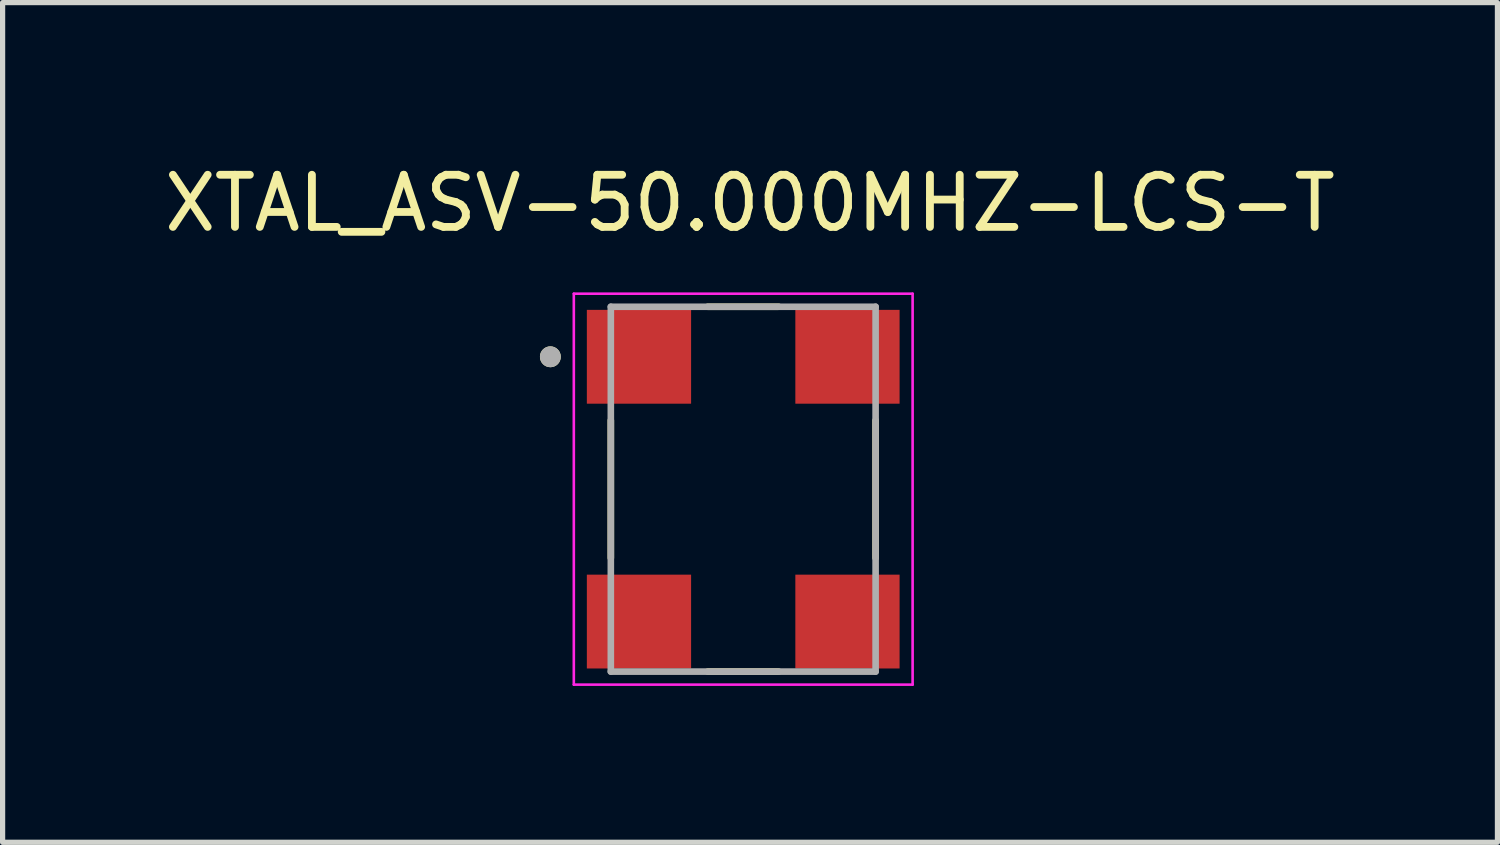
<source format=kicad_pcb>
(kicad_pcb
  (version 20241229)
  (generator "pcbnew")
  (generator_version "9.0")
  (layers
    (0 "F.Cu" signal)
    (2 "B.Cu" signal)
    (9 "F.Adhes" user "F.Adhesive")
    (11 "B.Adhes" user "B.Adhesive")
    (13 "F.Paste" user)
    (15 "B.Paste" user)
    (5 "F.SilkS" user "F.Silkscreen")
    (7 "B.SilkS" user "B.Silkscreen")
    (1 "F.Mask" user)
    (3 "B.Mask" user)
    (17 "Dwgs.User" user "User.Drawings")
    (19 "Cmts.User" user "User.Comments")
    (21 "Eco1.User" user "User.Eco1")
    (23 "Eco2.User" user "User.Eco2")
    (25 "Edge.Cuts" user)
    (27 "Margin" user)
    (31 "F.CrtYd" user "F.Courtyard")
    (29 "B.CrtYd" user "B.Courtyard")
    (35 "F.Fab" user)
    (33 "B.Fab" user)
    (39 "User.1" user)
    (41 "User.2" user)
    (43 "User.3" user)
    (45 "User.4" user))
  (footprint "XTAL_ASV-50.000MHZ-LCS-T"
    (layer "F.Cu")
    (at 11.209 6.335)
    (property "Reference" "XTAL_ASV-50.000MHZ-LCS-T" (at 0.13 -5.487 0) (layer "F.SilkS") (effects (font (size 1 1) (thickness 0.15))))
    (attr smd)
    (fp_line (start -2.54 -1.32) (end -2.54 1.32) (stroke (width 0.127) (type solid)) (layer "F.SilkS"))
    (fp_line (start -0.68 -3.5) (end 0.68 -3.5) (stroke (width 0.127) (type solid)) (layer "F.SilkS"))
    (fp_line (start -0.68 3.5) (end 0.68 3.5) (stroke (width 0.127) (type solid)) (layer "F.SilkS"))
    (fp_line (start 2.54 -1.32) (end 2.54 1.32) (stroke (width 0.127) (type solid)) (layer "F.SilkS"))
    (fp_circle (center -3.7 -2.54) (end -3.6 -2.54) (stroke (width 0.2) (type solid)) (fill no) (layer "F.SilkS"))
    (fp_line (start -3.25 -3.75) (end -3.25 3.75) (stroke (width 0.05) (type solid)) (layer "F.CrtYd"))
    (fp_line (start -3.25 3.75) (end 3.25 3.75) (stroke (width 0.05) (type solid)) (layer "F.CrtYd"))
    (fp_line (start 3.25 -3.75) (end -3.25 -3.75) (stroke (width 0.05) (type solid)) (layer "F.CrtYd"))
    (fp_line (start 3.25 3.75) (end 3.25 -3.75) (stroke (width 0.05) (type solid)) (layer "F.CrtYd"))
    (fp_line (start -2.54 -3.5) (end 2.54 -3.5) (stroke (width 0.127) (type solid)) (layer "F.Fab"))
    (fp_line (start -2.54 3.5) (end -2.54 -3.5) (stroke (width 0.127) (type solid)) (layer "F.Fab"))
    (fp_line (start 2.54 -3.5) (end 2.54 3.5) (stroke (width 0.127) (type solid)) (layer "F.Fab"))
    (fp_line (start 2.54 3.5) (end -2.54 3.5) (stroke (width 0.127) (type solid)) (layer "F.Fab"))
    (fp_circle (center -3.7 -2.54) (end -3.6 -2.54) (stroke (width 0.2) (type solid)) (fill no) (layer "F.Fab"))
    (pad "1" smd rect (at -2 -2.54) (size 2 1.8) (layers "F.Cu" "F.Mask" "F.Paste"))
    (pad "2" smd rect (at -2 2.54) (size 2 1.8) (layers "F.Cu" "F.Mask" "F.Paste"))
    (pad "3" smd rect (at 2 2.54) (size 2 1.8) (layers "F.Cu" "F.Mask" "F.Paste"))
    (pad "4" smd rect (at 2 -2.54) (size 2 1.8) (layers "F.Cu" "F.Mask" "F.Paste")))
  (gr_rect
    (start -3 -3)
    (end 25.679 13.11)
    (stroke (width 0.1) (type default))
    (fill no)
    (layer "Edge.Cuts")))
</source>
